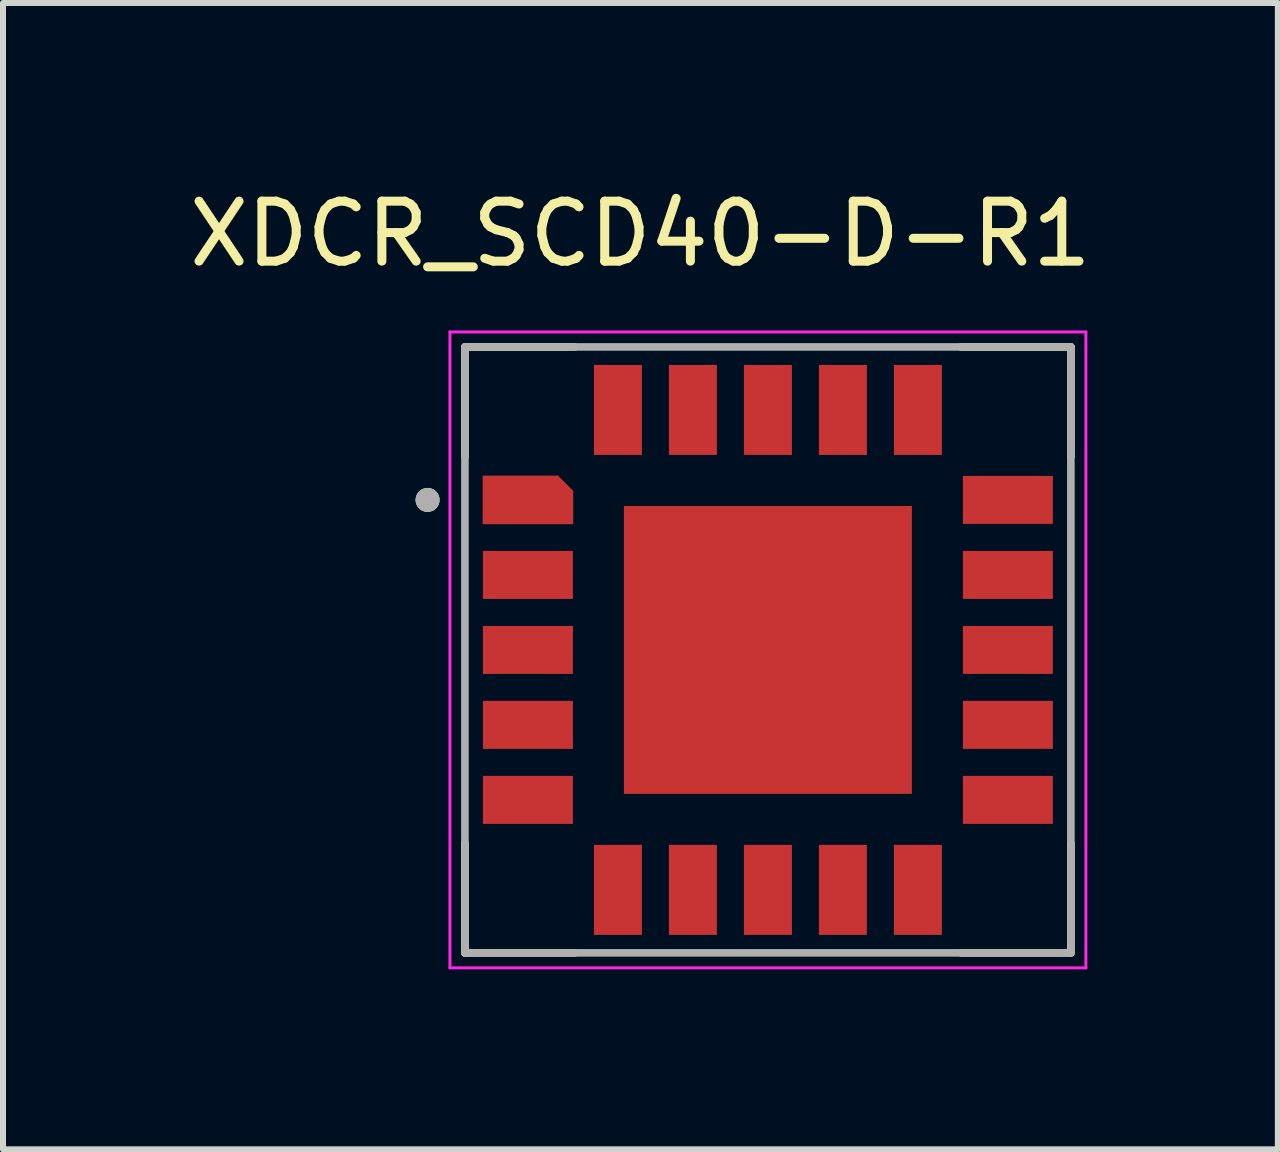
<source format=kicad_pcb>
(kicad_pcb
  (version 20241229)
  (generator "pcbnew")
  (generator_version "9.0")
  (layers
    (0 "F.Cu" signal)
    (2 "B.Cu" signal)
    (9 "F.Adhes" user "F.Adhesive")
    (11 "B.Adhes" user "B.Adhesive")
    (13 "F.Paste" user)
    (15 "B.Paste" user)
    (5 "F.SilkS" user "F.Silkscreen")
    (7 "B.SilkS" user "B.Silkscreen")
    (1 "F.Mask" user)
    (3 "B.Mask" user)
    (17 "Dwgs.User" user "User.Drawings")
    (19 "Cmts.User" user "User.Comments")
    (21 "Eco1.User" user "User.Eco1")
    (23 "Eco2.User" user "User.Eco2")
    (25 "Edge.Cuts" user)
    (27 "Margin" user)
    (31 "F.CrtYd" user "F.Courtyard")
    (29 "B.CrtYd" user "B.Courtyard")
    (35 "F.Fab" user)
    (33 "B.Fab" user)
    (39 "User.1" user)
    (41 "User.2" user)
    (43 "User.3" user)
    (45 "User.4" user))
  (footprint "XDCR_SCD40-D-R1"
    (layer "F.Cu")
    (at 9.75 7.783)
    (property "Reference" "XDCR_SCD40-D-R1" (at -2.125 -6.935 0) (layer "F.SilkS") (effects (font (size 1 1) (thickness 0.15))))
    (attr smd)
    (fp_poly (pts (xy -4.85 -1.75) (xy -3.15 -1.75) (xy -3.15 -0.75) (xy -4.85 -0.75)) (stroke (width 0.01) (type solid)) (fill yes) (layer "F.Mask"))
    (fp_poly (pts (xy -4.85 -0.5) (xy -3.15 -0.5) (xy -3.15 0.5) (xy -4.85 0.5)) (stroke (width 0.01) (type solid)) (fill yes) (layer "F.Mask"))
    (fp_poly (pts (xy -4.85 0.75) (xy -3.15 0.75) (xy -3.15 1.75) (xy -4.85 1.75)) (stroke (width 0.01) (type solid)) (fill yes) (layer "F.Mask"))
    (fp_poly (pts (xy -4.85 2) (xy -3.15 2) (xy -3.15 3) (xy -4.85 3)) (stroke (width 0.01) (type solid)) (fill yes) (layer "F.Mask"))
    (fp_poly (pts (xy -3 -4.85) (xy -2 -4.85) (xy -2 -3.15) (xy -3 -3.15)) (stroke (width 0.01) (type solid)) (fill yes) (layer "F.Mask"))
    (fp_poly (pts (xy -3 3.15) (xy -2 3.15) (xy -2 4.85) (xy -3 4.85)) (stroke (width 0.01) (type solid)) (fill yes) (layer "F.Mask"))
    (fp_poly (pts (xy -2.5 -2.5) (xy 2.5 -2.5) (xy 2.5 2.5) (xy -2.5 2.5)) (stroke (width 0.01) (type solid)) (fill yes) (layer "F.Mask"))
    (fp_poly (pts (xy -1.75 -4.85) (xy -0.75 -4.85) (xy -0.75 -3.15) (xy -1.75 -3.15)) (stroke (width 0.01) (type solid)) (fill yes) (layer "F.Mask"))
    (fp_poly (pts (xy -1.75 3.15) (xy -0.75 3.15) (xy -0.75 4.85) (xy -1.75 4.85)) (stroke (width 0.01) (type solid)) (fill yes) (layer "F.Mask"))
    (fp_poly (pts (xy -0.5 -4.85) (xy 0.5 -4.85) (xy 0.5 -3.15) (xy -0.5 -3.15)) (stroke (width 0.01) (type solid)) (fill yes) (layer "F.Mask"))
    (fp_poly (pts (xy -0.5 3.15) (xy 0.5 3.15) (xy 0.5 4.85) (xy -0.5 4.85)) (stroke (width 0.01) (type solid)) (fill yes) (layer "F.Mask"))
    (fp_poly (pts (xy 0.75 -4.85) (xy 1.75 -4.85) (xy 1.75 -3.15) (xy 0.75 -3.15)) (stroke (width 0.01) (type solid)) (fill yes) (layer "F.Mask"))
    (fp_poly (pts (xy 0.75 3.15) (xy 1.75 3.15) (xy 1.75 4.85) (xy 0.75 4.85)) (stroke (width 0.01) (type solid)) (fill yes) (layer "F.Mask"))
    (fp_poly (pts (xy 2 -4.85) (xy 3 -4.85) (xy 3 -3.15) (xy 2 -3.15)) (stroke (width 0.01) (type solid)) (fill yes) (layer "F.Mask"))
    (fp_poly (pts (xy 2 3.15) (xy 3 3.15) (xy 3 4.85) (xy 2 4.85)) (stroke (width 0.01) (type solid)) (fill yes) (layer "F.Mask"))
    (fp_poly (pts (xy 3.15 -3) (xy 4.85 -3) (xy 4.85 -2) (xy 3.15 -2)) (stroke (width 0.01) (type solid)) (fill yes) (layer "F.Mask"))
    (fp_poly (pts (xy 3.15 -1.75) (xy 4.85 -1.75) (xy 4.85 -0.75) (xy 3.15 -0.75)) (stroke (width 0.01) (type solid)) (fill yes) (layer "F.Mask"))
    (fp_poly (pts (xy 3.15 -0.5) (xy 4.85 -0.5) (xy 4.85 0.5) (xy 3.15 0.5)) (stroke (width 0.01) (type solid)) (fill yes) (layer "F.Mask"))
    (fp_poly (pts (xy 3.15 0.75) (xy 4.85 0.75) (xy 4.85 1.75) (xy 3.15 1.75)) (stroke (width 0.01) (type solid)) (fill yes) (layer "F.Mask"))
    (fp_poly (pts (xy 3.15 2) (xy 4.85 2) (xy 4.85 3) (xy 3.15 3)) (stroke (width 0.01) (type solid)) (fill yes) (layer "F.Mask"))
    (fp_poly (pts (xy -4.85 -3) (xy -4.85 -2) (xy -3.15 -2) (xy -3.15 -2.72) (xy -3.43 -3)) (stroke (width 0.01) (type solid)) (fill yes) (layer "F.Mask"))
    (fp_line (start -5.05 -5.05) (end -5.05 -3.22) (stroke (width 0.127) (type solid)) (layer "F.SilkS"))
    (fp_line (start -5.05 -5.05) (end -3.22 -5.05) (stroke (width 0.127) (type solid)) (layer "F.SilkS"))
    (fp_line (start -5.05 5.05) (end -5.05 3.22) (stroke (width 0.127) (type solid)) (layer "F.SilkS"))
    (fp_line (start -3.22 5.05) (end -5.05 5.05) (stroke (width 0.127) (type solid)) (layer "F.SilkS"))
    (fp_line (start 3.22 -5.05) (end 5.05 -5.05) (stroke (width 0.127) (type solid)) (layer "F.SilkS"))
    (fp_line (start 5.05 -5.05) (end 5.05 -3.22) (stroke (width 0.127) (type solid)) (layer "F.SilkS"))
    (fp_line (start 5.05 5.05) (end 3.22 5.05) (stroke (width 0.127) (type solid)) (layer "F.SilkS"))
    (fp_line (start 5.05 5.05) (end 5.05 3.22) (stroke (width 0.127) (type solid)) (layer "F.SilkS"))
    (fp_circle (center -5.673 -2.5) (end -5.573 -2.5) (stroke (width 0.2) (type solid)) (fill no) (layer "F.SilkS"))
    (fp_poly (pts (xy -4.625 -1.525) (xy -3.375 -1.525) (xy -3.375 -0.975) (xy -4.625 -0.975)) (stroke (width 0.01) (type solid)) (fill yes) (layer "F.Paste"))
    (fp_poly (pts (xy -4.625 -0.275) (xy -3.375 -0.275) (xy -3.375 0.275) (xy -4.625 0.275)) (stroke (width 0.01) (type solid)) (fill yes) (layer "F.Paste"))
    (fp_poly (pts (xy -4.625 0.975) (xy -3.375 0.975) (xy -3.375 1.525) (xy -4.625 1.525)) (stroke (width 0.01) (type solid)) (fill yes) (layer "F.Paste"))
    (fp_poly (pts (xy -4.625 2.225) (xy -3.375 2.225) (xy -3.375 2.775) (xy -4.625 2.775)) (stroke (width 0.01) (type solid)) (fill yes) (layer "F.Paste"))
    (fp_poly (pts (xy -2.775 -4.625) (xy -2.225 -4.625) (xy -2.225 -3.375) (xy -2.775 -3.375)) (stroke (width 0.01) (type solid)) (fill yes) (layer "F.Paste"))
    (fp_poly (pts (xy -2.775 3.375) (xy -2.225 3.375) (xy -2.225 4.625) (xy -2.775 4.625)) (stroke (width 0.01) (type solid)) (fill yes) (layer "F.Paste"))
    (fp_poly (pts (xy -2.15 -2.15) (xy -0.35 -2.15) (xy -0.35 -0.35) (xy -2.15 -0.35)) (stroke (width 0.01) (type solid)) (fill yes) (layer "F.Paste"))
    (fp_poly (pts (xy -2.15 0.35) (xy -0.35 0.35) (xy -0.35 2.15) (xy -2.15 2.15)) (stroke (width 0.01) (type solid)) (fill yes) (layer "F.Paste"))
    (fp_poly (pts (xy -1.525 -4.625) (xy -0.975 -4.625) (xy -0.975 -3.375) (xy -1.525 -3.375)) (stroke (width 0.01) (type solid)) (fill yes) (layer "F.Paste"))
    (fp_poly (pts (xy -1.525 3.375) (xy -0.975 3.375) (xy -0.975 4.625) (xy -1.525 4.625)) (stroke (width 0.01) (type solid)) (fill yes) (layer "F.Paste"))
    (fp_poly (pts (xy -0.275 -4.625) (xy 0.275 -4.625) (xy 0.275 -3.375) (xy -0.275 -3.375)) (stroke (width 0.01) (type solid)) (fill yes) (layer "F.Paste"))
    (fp_poly (pts (xy -0.275 3.375) (xy 0.275 3.375) (xy 0.275 4.625) (xy -0.275 4.625)) (stroke (width 0.01) (type solid)) (fill yes) (layer "F.Paste"))
    (fp_poly (pts (xy 0.35 -2.15) (xy 2.15 -2.15) (xy 2.15 -0.35) (xy 0.35 -0.35)) (stroke (width 0.01) (type solid)) (fill yes) (layer "F.Paste"))
    (fp_poly (pts (xy 0.35 0.35) (xy 2.15 0.35) (xy 2.15 2.15) (xy 0.35 2.15)) (stroke (width 0.01) (type solid)) (fill yes) (layer "F.Paste"))
    (fp_poly (pts (xy 0.975 -4.625) (xy 1.525 -4.625) (xy 1.525 -3.375) (xy 0.975 -3.375)) (stroke (width 0.01) (type solid)) (fill yes) (layer "F.Paste"))
    (fp_poly (pts (xy 0.975 3.375) (xy 1.525 3.375) (xy 1.525 4.625) (xy 0.975 4.625)) (stroke (width 0.01) (type solid)) (fill yes) (layer "F.Paste"))
    (fp_poly (pts (xy 2.225 -4.625) (xy 2.775 -4.625) (xy 2.775 -3.375) (xy 2.225 -3.375)) (stroke (width 0.01) (type solid)) (fill yes) (layer "F.Paste"))
    (fp_poly (pts (xy 2.225 3.375) (xy 2.775 3.375) (xy 2.775 4.625) (xy 2.225 4.625)) (stroke (width 0.01) (type solid)) (fill yes) (layer "F.Paste"))
    (fp_poly (pts (xy 3.375 -2.775) (xy 4.625 -2.775) (xy 4.625 -2.225) (xy 3.375 -2.225)) (stroke (width 0.01) (type solid)) (fill yes) (layer "F.Paste"))
    (fp_poly (pts (xy 3.375 -1.525) (xy 4.625 -1.525) (xy 4.625 -0.975) (xy 3.375 -0.975)) (stroke (width 0.01) (type solid)) (fill yes) (layer "F.Paste"))
    (fp_poly (pts (xy 3.375 -0.275) (xy 4.625 -0.275) (xy 4.625 0.275) (xy 3.375 0.275)) (stroke (width 0.01) (type solid)) (fill yes) (layer "F.Paste"))
    (fp_poly (pts (xy 3.375 0.975) (xy 4.625 0.975) (xy 4.625 1.525) (xy 3.375 1.525)) (stroke (width 0.01) (type solid)) (fill yes) (layer "F.Paste"))
    (fp_poly (pts (xy 3.375 2.225) (xy 4.625 2.225) (xy 4.625 2.775) (xy 3.375 2.775)) (stroke (width 0.01) (type solid)) (fill yes) (layer "F.Paste"))
    (fp_poly (pts (xy -3.375 -2.225) (xy -4.625 -2.225) (xy -4.625 -2.775) (xy -3.555 -2.775) (xy -3.375 -2.595)) (stroke (width 0.01) (type solid)) (fill yes) (layer "F.Paste"))
    (fp_line (start -5.3 -5.3) (end -5.3 5.3) (stroke (width 0.05) (type solid)) (layer "F.CrtYd"))
    (fp_line (start -5.3 5.3) (end 5.3 5.3) (stroke (width 0.05) (type solid)) (layer "F.CrtYd"))
    (fp_line (start 5.3 -5.3) (end -5.3 -5.3) (stroke (width 0.05) (type solid)) (layer "F.CrtYd"))
    (fp_line (start 5.3 5.3) (end 5.3 -5.3) (stroke (width 0.05) (type solid)) (layer "F.CrtYd"))
    (fp_line (start -5.05 -5.05) (end 5.05 -5.05) (stroke (width 0.127) (type solid)) (layer "F.Fab"))
    (fp_line (start -5.05 5.05) (end -5.05 -5.05) (stroke (width 0.127) (type solid)) (layer "F.Fab"))
    (fp_line (start 5.05 -5.05) (end 5.05 5.05) (stroke (width 0.127) (type solid)) (layer "F.Fab"))
    (fp_line (start 5.05 5.05) (end -5.05 5.05) (stroke (width 0.127) (type solid)) (layer "F.Fab"))
    (fp_circle (center -5.673 -2.5) (end -5.573 -2.5) (stroke (width 0.2) (type solid)) (fill no) (layer "F.Fab"))
    (pad "1" smd custom (at -4 -2.5) (size 0.5 0.5) (layers "F.Cu") (options (anchor rect)) (primitives (gr_poly (pts (xy 0.75 0.4) (xy -0.75 0.4) (xy -0.75 -0.4) (xy 0.5 -0.4) (xy 0.75 -0.15)) (width 0.01) (fill yes))))
    (pad "2" smd rect (at -4 -1.25) (size 1.5 0.8) (layers "F.Cu"))
    (pad "3" smd rect (at -4 0) (size 1.5 0.8) (layers "F.Cu"))
    (pad "4" smd rect (at -4 1.25) (size 1.5 0.8) (layers "F.Cu"))
    (pad "5" smd rect (at -4 2.5) (size 1.5 0.8) (layers "F.Cu"))
    (pad "6" smd rect (at -2.5 4) (size 0.8 1.5) (layers "F.Cu"))
    (pad "7" smd rect (at -1.25 4) (size 0.8 1.5) (layers "F.Cu"))
    (pad "8" smd rect (at 0 4) (size 0.8 1.5) (layers "F.Cu"))
    (pad "9" smd rect (at 1.25 4) (size 0.8 1.5) (layers "F.Cu"))
    (pad "10" smd rect (at 2.5 4) (size 0.8 1.5) (layers "F.Cu"))
    (pad "11" smd rect (at 4 2.5) (size 1.5 0.8) (layers "F.Cu"))
    (pad "12" smd rect (at 4 1.25) (size 1.5 0.8) (layers "F.Cu"))
    (pad "13" smd rect (at 4 0) (size 1.5 0.8) (layers "F.Cu"))
    (pad "14" smd rect (at 4 -1.25) (size 1.5 0.8) (layers "F.Cu"))
    (pad "15" smd rect (at 4 -2.5) (size 1.5 0.8) (layers "F.Cu"))
    (pad "16" smd rect (at 2.5 -4) (size 0.8 1.5) (layers "F.Cu"))
    (pad "17" smd rect (at 1.25 -4) (size 0.8 1.5) (layers "F.Cu"))
    (pad "18" smd rect (at 0 -4) (size 0.8 1.5) (layers "F.Cu"))
    (pad "19" smd rect (at -1.25 -4) (size 0.8 1.5) (layers "F.Cu"))
    (pad "20" smd rect (at -2.5 -4) (size 0.8 1.5) (layers "F.Cu"))
    (pad "21" smd rect (at 0 0) (size 4.8 4.8) (layers "F.Cu")))
  (gr_rect
    (start -3 -3)
    (end 18.25 16.108)
    (stroke (width 0.1) (type default))
    (fill no)
    (layer "Edge.Cuts")))
</source>
